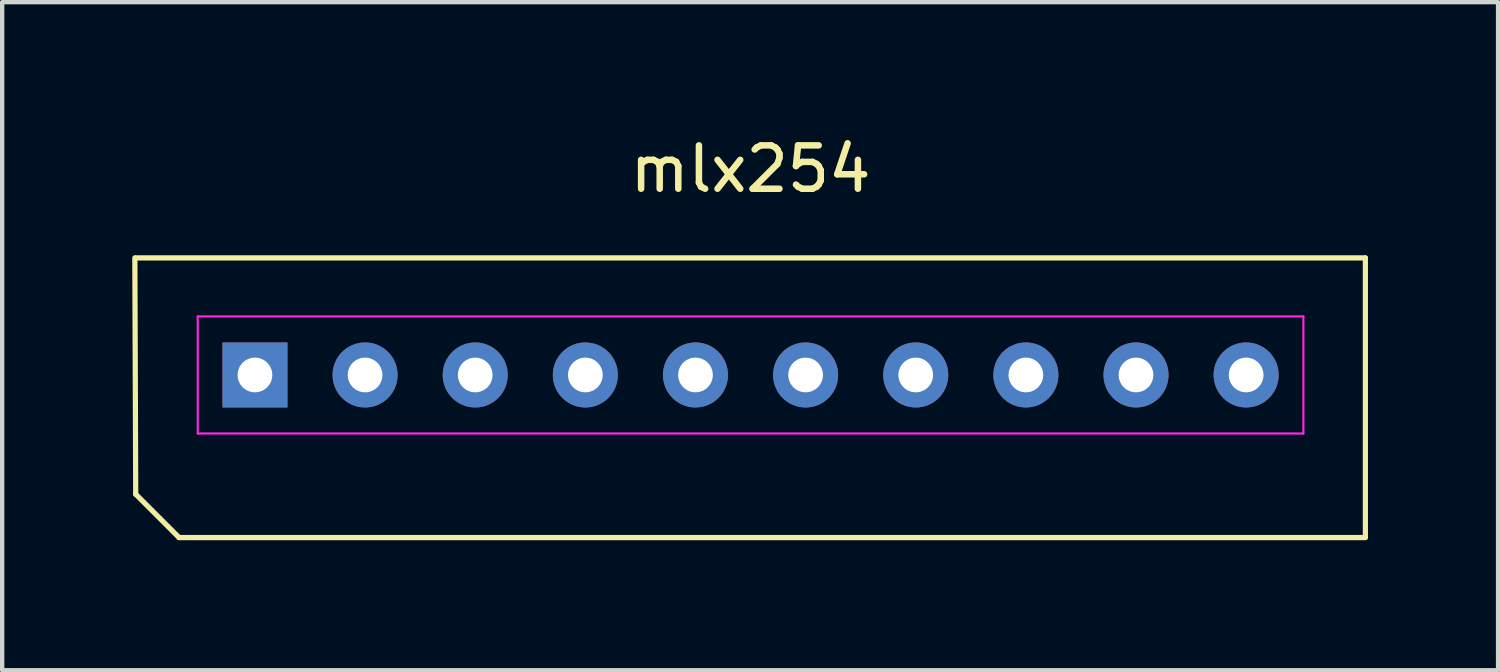
<source format=kicad_pcb>
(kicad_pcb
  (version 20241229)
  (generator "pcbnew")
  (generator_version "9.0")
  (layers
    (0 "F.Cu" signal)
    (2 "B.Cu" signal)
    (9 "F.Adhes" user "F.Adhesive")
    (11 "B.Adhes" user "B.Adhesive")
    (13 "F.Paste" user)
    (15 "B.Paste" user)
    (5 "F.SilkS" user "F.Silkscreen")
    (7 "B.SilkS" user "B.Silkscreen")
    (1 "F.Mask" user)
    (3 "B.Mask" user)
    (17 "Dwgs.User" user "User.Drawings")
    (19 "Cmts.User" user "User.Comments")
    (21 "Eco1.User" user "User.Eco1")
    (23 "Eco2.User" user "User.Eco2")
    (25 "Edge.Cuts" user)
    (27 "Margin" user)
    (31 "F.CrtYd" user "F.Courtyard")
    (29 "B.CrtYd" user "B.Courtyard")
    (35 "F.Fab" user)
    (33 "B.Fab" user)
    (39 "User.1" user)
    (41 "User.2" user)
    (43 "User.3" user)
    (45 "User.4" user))
  (footprint "mlx254"
    (layer "F.Cu")
    (at 14.26 5.598)
    (property "Reference" "mlx254" (at 0 -4.75 0) (layer "F.SilkS") (effects (font (size 1 1) (thickness 0.15))))
    (attr through_hole)
    (fp_line (start -14.2 -2.7) (end -14.18 2.75) (stroke (width 0.12) (type solid)) (layer "F.SilkS"))
    (fp_line (start -14.18 -2.7) (end 14.18 -2.7) (stroke (width 0.12) (type solid)) (layer "F.SilkS"))
    (fp_line (start -13.18 3.75) (end -14.18 2.75) (stroke (width 0.12) (type solid)) (layer "F.SilkS"))
    (fp_line (start 14.18 -2.7) (end 14.18 3.74) (stroke (width 0.12) (type solid)) (layer "F.SilkS"))
    (fp_line (start 14.18 3.75) (end -13.18 3.75) (stroke (width 0.12) (type solid)) (layer "F.SilkS"))
    (fp_line (start -12.75 -1.35) (end 12.75 -1.35) (stroke (width 0.05) (type solid)) (layer "F.CrtYd"))
    (fp_line (start -12.75 1.35) (end -12.75 -1.35) (stroke (width 0.05) (type solid)) (layer "F.CrtYd"))
    (fp_line (start 12.75 -1.35) (end 12.75 1.35) (stroke (width 0.05) (type solid)) (layer "F.CrtYd"))
    (fp_line (start 12.75 1.35) (end -12.75 1.35) (stroke (width 0.05) (type solid)) (layer "F.CrtYd"))
    (pad "1" thru_hole rect (at -11.43 0) (size 1.5 1.5) (drill 0.8) (layers "*.Cu" "*.Mask"))
    (pad "2" thru_hole oval (at -8.89 0) (size 1.5 1.5) (drill 0.8) (layers "*.Cu" "*.Mask"))
    (pad "3" thru_hole oval (at -6.35 0) (size 1.5 1.5) (drill 0.8) (layers "*.Cu" "*.Mask"))
    (pad "4" thru_hole oval (at -3.81 0) (size 1.5 1.5) (drill 0.8) (layers "*.Cu" "*.Mask"))
    (pad "5" thru_hole oval (at -1.27 0) (size 1.5 1.5) (drill 0.8) (layers "*.Cu" "*.Mask"))
    (pad "6" thru_hole oval (at 1.27 0) (size 1.5 1.5) (drill 0.8) (layers "*.Cu" "*.Mask"))
    (pad "7" thru_hole oval (at 3.81 0) (size 1.5 1.5) (drill 0.8) (layers "*.Cu" "*.Mask"))
    (pad "8" thru_hole oval (at 6.35 0) (size 1.5 1.5) (drill 0.8) (layers "*.Cu" "*.Mask"))
    (pad "9" thru_hole oval (at 8.89 0) (size 1.5 1.5) (drill 0.8) (layers "*.Cu" "*.Mask"))
    (pad "10" thru_hole oval (at 11.43 0) (size 1.5 1.5) (drill 0.8) (layers "*.Cu" "*.Mask")))
  (gr_rect
    (start -3 -3)
    (end 31.5 12.408)
    (stroke (width 0.1) (type default))
    (fill no)
    (layer "Edge.Cuts")))
</source>
